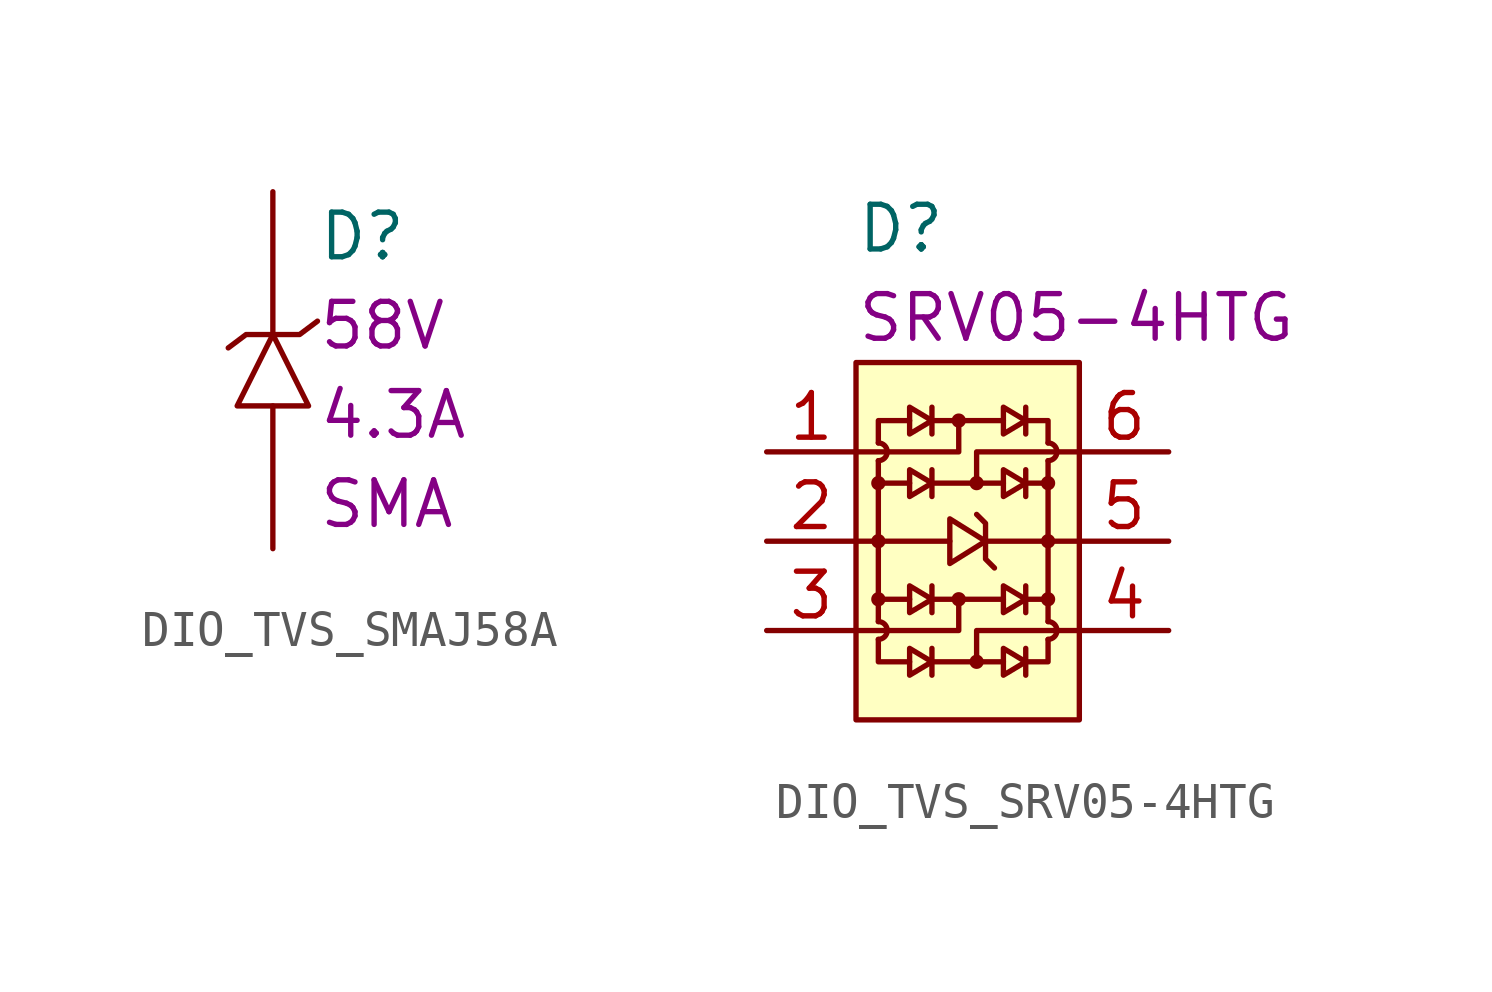
<source format=kicad_sym>
(kicad_symbol_lib
  (version 20211014)
  (generator kicad_symbol_editor)
  (symbol "DIO_TVS_SMAJ58A"
    (pin_numbers hide)
    (pin_names
      (offset 1.016) hide)
    (property "Reference" "D"
      (at 1.27 3.81 0)
      (effects (font (size 1.27 1.27)) (justify left)))
    (property "Current" "4.3A"
      (at 1.27 -1.27 0)
      (effects (font (size 1.27 1.27)) (justify left)))
    (property "Package" "SMA"
      (at 1.27 -3.81 0)
      (effects (font (size 1.27 1.27)) (justify left)))
    (property "Voltage" "58V"
      (at 1.27 1.27 0)
      (effects (font (size 1.27 1.27)) (justify left)))
    (symbol "DIO_TVS_SMAJ58A_0_1"
      (polyline (pts (xy 0 1.016) (xy -1.016 -1.016) (xy 1.016 -1.016) (xy 0 1.016)) (stroke (width 0) (type default) (color 0 0 0 0)) (fill (type none)))
      (polyline (pts (xy 1.27 1.397) (xy 0.762 1.016) (xy -0.762 1.016) (xy -1.27 0.635)) (stroke (width 0) (type default) (color 0 0 0 0)) (fill (type none))))
    (symbol "DIO_TVS_SMAJ58A_1_1"
      (pin passive line (at 0 5.08 270) (length 4.064) (name "K" (effects (font (size 1.27 1.27)))) (number "1" (effects (font (size 1.27 1.27)))))
      (pin passive line (at 0 -5.08 90) (length 4.064) (name "A" (effects (font (size 1.27 1.27)))) (number "2" (effects (font (size 1.27 1.27)))))))
  (symbol "DIO_TVS_SRV05-4HTG"
    (pin_names
      (offset 1.016) hide)
    (property "Reference" "D"
      (at 0 3.81 0)
      (effects (font (size 1.27 1.27)) (justify left)))
    (property "Manufacturer Part Number" "SRV05-4HTG"
      (at 0 1.27 0)
      (effects (font (size 1.27 1.27)) (justify left)))
    (symbol "DIO_TVS_SRV05-4HTG_0_0"
      (polyline (pts (xy 4.826 -3.048) (xy 4.826 -3.81)) (stroke (width 0) (type default) (color 0 0 0 0)) (fill (type none)))
      (polyline (pts (xy 4.826 -3.429) (xy 4.191 -3.048) (xy 4.191 -3.81) (xy 4.826 -3.429)) (stroke (width 0) (type default) (color 0 0 0 0)) (fill (type none))))
    (symbol "DIO_TVS_SRV05-4HTG_0_1"
      (polyline (pts (xy 0.635 -7.366) (xy 0.635 -2.794)) (stroke (width 0) (type default) (color 0 0 0 0)) (fill (type none)))
      (polyline (pts (xy 1.524 -6.731) (xy 0.635 -6.731)) (stroke (width 0) (type default) (color 0 0 0 0)) (fill (type none)))
      (polyline (pts (xy 1.524 -3.429) (xy 0.635 -3.429)) (stroke (width 0) (type default) (color 0 0 0 0)) (fill (type none)))
      (polyline (pts (xy 2.159 -8.509) (xy 4.191 -8.509)) (stroke (width 0) (type default) (color 0 0 0 0)) (fill (type none)))
      (polyline (pts (xy 2.159 -6.731) (xy 4.191 -6.731)) (stroke (width 0) (type default) (color 0 0 0 0)) (fill (type none)))
      (polyline (pts (xy 2.159 -3.429) (xy 4.191 -3.429)) (stroke (width 0) (type default) (color 0 0 0 0)) (fill (type none)))
      (polyline (pts (xy 2.159 -1.651) (xy 4.191 -1.651)) (stroke (width 0) (type default) (color 0 0 0 0)) (fill (type none)))
      (polyline (pts (xy 2.667 -5.08) (xy 0 -5.08)) (stroke (width 0) (type default) (color 0 0 0 0)) (fill (type none)))
      (polyline (pts (xy 3.683 -5.08) (xy 6.35 -5.08)) (stroke (width 0) (type default) (color 0 0 0 0)) (fill (type none)))
      (polyline (pts (xy 4.826 -6.731) (xy 5.461 -6.731)) (stroke (width 0) (type default) (color 0 0 0 0)) (fill (type none)))
      (polyline (pts (xy 4.826 -3.429) (xy 5.461 -3.429)) (stroke (width 0) (type default) (color 0 0 0 0)) (fill (type none)))
      (polyline (pts (xy 5.461 -2.794) (xy 5.461 -7.366)) (stroke (width 0) (type default) (color 0 0 0 0)) (fill (type none)))
      (polyline (pts (xy 0.635 -2.286) (xy 0.635 -1.651) (xy 1.524 -1.651)) (stroke (width 0) (type default) (color 0 0 0 0)) (fill (type none)))
      (polyline (pts (xy 1.524 -8.509) (xy 0.635 -8.509) (xy 0.635 -7.874)) (stroke (width 0) (type default) (color 0 0 0 0)) (fill (type none)))
      (polyline (pts (xy 2.921 -6.731) (xy 2.921 -7.62) (xy 0 -7.62)) (stroke (width 0) (type default) (color 0 0 0 0)) (fill (type none)))
      (polyline (pts (xy 2.921 -1.651) (xy 2.921 -2.54) (xy 0 -2.54)) (stroke (width 0) (type default) (color 0 0 0 0)) (fill (type none)))
      (polyline (pts (xy 3.429 -8.509) (xy 3.429 -7.62) (xy 6.35 -7.62)) (stroke (width 0) (type default) (color 0 0 0 0)) (fill (type none)))
      (polyline (pts (xy 3.429 -3.429) (xy 3.429 -2.54) (xy 6.35 -2.54)) (stroke (width 0) (type default) (color 0 0 0 0)) (fill (type none)))
      (polyline (pts (xy 5.461 -7.874) (xy 5.461 -8.509) (xy 4.826 -8.509)) (stroke (width 0) (type default) (color 0 0 0 0)) (fill (type none)))
      (polyline (pts (xy 5.461 -2.286) (xy 5.461 -1.651) (xy 4.826 -1.651)) (stroke (width 0) (type default) (color 0 0 0 0)) (fill (type none)))
      (polyline (pts (xy 3.683 -5.08) (xy 2.667 -4.445) (xy 2.667 -5.715) (xy 3.683 -5.08)) (stroke (width 0) (type default) (color 0 0 0 0)) (fill (type none)))
      (polyline (pts (xy 3.937 -5.842) (xy 3.683 -5.588) (xy 3.683 -4.572) (xy 3.429 -4.318)) (stroke (width 0) (type default) (color 0 0 0 0)) (fill (type none)))
      (rectangle (start 0 0) (end 6.35 -10.16) (stroke (width 0) (type default) (color 0 0 0 0)) (fill (type background)))
      (arc (start 0.635 -7.874) (mid 0.889 -7.62) (end 0.635 -7.366) (stroke (width 0) (type default) (color 0 0 0 0)) (fill (type none)))
      (circle (center 0.635 -6.731) (radius 0.127) (stroke (width 0) (type default) (color 0 0 0 0)) (fill (type none)))
      (circle (center 0.635 -5.08) (radius 0.127) (stroke (width 0) (type default) (color 0 0 0 0)) (fill (type none)))
      (circle (center 0.635 -3.429) (radius 0.127) (stroke (width 0) (type default) (color 0 0 0 0)) (fill (type none)))
      (arc (start 0.635 -2.794) (mid 0.889 -2.54) (end 0.635 -2.286) (stroke (width 0) (type default) (color 0 0 0 0)) (fill (type none)))
      (circle (center 2.921 -6.731) (radius 0.127) (stroke (width 0) (type default) (color 0 0 0 0)) (fill (type none)))
      (circle (center 2.921 -1.651) (radius 0.127) (stroke (width 0) (type default) (color 0 0 0 0)) (fill (type none)))
      (circle (center 3.429 -8.509) (radius 0.127) (stroke (width 0) (type default) (color 0 0 0 0)) (fill (type none)))
      (circle (center 3.429 -3.429) (radius 0.127) (stroke (width 0) (type default) (color 0 0 0 0)) (fill (type none)))
      (arc (start 5.461 -7.874) (mid 5.715 -7.62) (end 5.461 -7.366) (stroke (width 0) (type default) (color 0 0 0 0)) (fill (type none)))
      (circle (center 5.461 -6.731) (radius 0.127) (stroke (width 0) (type default) (color 0 0 0 0)) (fill (type none)))
      (circle (center 5.461 -5.08) (radius 0.127) (stroke (width 0) (type default) (color 0 0 0 0)) (fill (type none)))
      (circle (center 5.461 -3.429) (radius 0.127) (stroke (width 0) (type default) (color 0 0 0 0)) (fill (type none)))
      (arc (start 5.461 -2.794) (mid 5.715 -2.54) (end 5.461 -2.286) (stroke (width 0) (type default) (color 0 0 0 0)) (fill (type none)))
      (rectangle (start 6.35 -5.08) (end 6.35 -5.08) (stroke (width 0) (type default) (color 0 0 0 0)) (fill (type none))))
    (symbol "DIO_TVS_SRV05-4HTG_1_1"
      (polyline (pts (xy 2.159 -8.128) (xy 2.159 -8.89)) (stroke (width 0) (type default) (color 0 0 0 0)) (fill (type none)))
      (polyline (pts (xy 2.159 -6.35) (xy 2.159 -7.112)) (stroke (width 0) (type default) (color 0 0 0 0)) (fill (type none)))
      (polyline (pts (xy 2.159 -3.048) (xy 2.159 -3.81)) (stroke (width 0) (type default) (color 0 0 0 0)) (fill (type none)))
      (polyline (pts (xy 2.159 -1.27) (xy 2.159 -2.032)) (stroke (width 0) (type default) (color 0 0 0 0)) (fill (type none)))
      (polyline (pts (xy 4.826 -8.128) (xy 4.826 -8.89)) (stroke (width 0) (type default) (color 0 0 0 0)) (fill (type none)))
      (polyline (pts (xy 4.826 -6.35) (xy 4.826 -7.112)) (stroke (width 0) (type default) (color 0 0 0 0)) (fill (type none)))
      (polyline (pts (xy 4.826 -1.27) (xy 4.826 -2.032)) (stroke (width 0) (type default) (color 0 0 0 0)) (fill (type none)))
      (polyline (pts (xy 2.159 -8.509) (xy 1.524 -8.128) (xy 1.524 -8.89) (xy 2.159 -8.509)) (stroke (width 0) (type default) (color 0 0 0 0)) (fill (type none)))
      (polyline (pts (xy 2.159 -6.731) (xy 1.524 -6.35) (xy 1.524 -7.112) (xy 2.159 -6.731)) (stroke (width 0) (type default) (color 0 0 0 0)) (fill (type none)))
      (polyline (pts (xy 2.159 -3.429) (xy 1.524 -3.048) (xy 1.524 -3.81) (xy 2.159 -3.429)) (stroke (width 0) (type default) (color 0 0 0 0)) (fill (type none)))
      (polyline (pts (xy 2.159 -1.651) (xy 1.524 -1.27) (xy 1.524 -2.032) (xy 2.159 -1.651)) (stroke (width 0) (type default) (color 0 0 0 0)) (fill (type none)))
      (polyline (pts (xy 4.826 -8.509) (xy 4.191 -8.128) (xy 4.191 -8.89) (xy 4.826 -8.509)) (stroke (width 0) (type default) (color 0 0 0 0)) (fill (type none)))
      (polyline (pts (xy 4.826 -6.731) (xy 4.191 -6.35) (xy 4.191 -7.112) (xy 4.826 -6.731)) (stroke (width 0) (type default) (color 0 0 0 0)) (fill (type none)))
      (polyline (pts (xy 4.826 -1.651) (xy 4.191 -1.27) (xy 4.191 -2.032) (xy 4.826 -1.651)) (stroke (width 0) (type default) (color 0 0 0 0)) (fill (type none)))
      (pin passive line (at -2.54 -2.54 0) (length 2.54) (name "1" (effects (font (size 1.27 1.27)))) (number "1" (effects (font (size 1.27 1.27)))))
      (pin power_in line (at -2.54 -5.08 0) (length 2.54) (name "2" (effects (font (size 1.27 1.27)))) (number "2" (effects (font (size 1.27 1.27)))))
      (pin passive line (at -2.54 -7.62 0) (length 2.54) (name "3" (effects (font (size 1.27 1.27)))) (number "3" (effects (font (size 1.27 1.27)))))
      (pin passive line (at 8.89 -7.62 180) (length 2.54) (name "4" (effects (font (size 1.27 1.27)))) (number "4" (effects (font (size 1.27 1.27)))))
      (pin power_in line (at 8.89 -5.08 180) (length 2.54) (name "5" (effects (font (size 1.27 1.27)))) (number "5" (effects (font (size 1.27 1.27)))))
      (pin passive line (at 8.89 -2.54 180) (length 2.54) (name "6" (effects (font (size 1.27 1.27)))) (number "6" (effects (font (size 1.27 1.27))))))))
</source>
